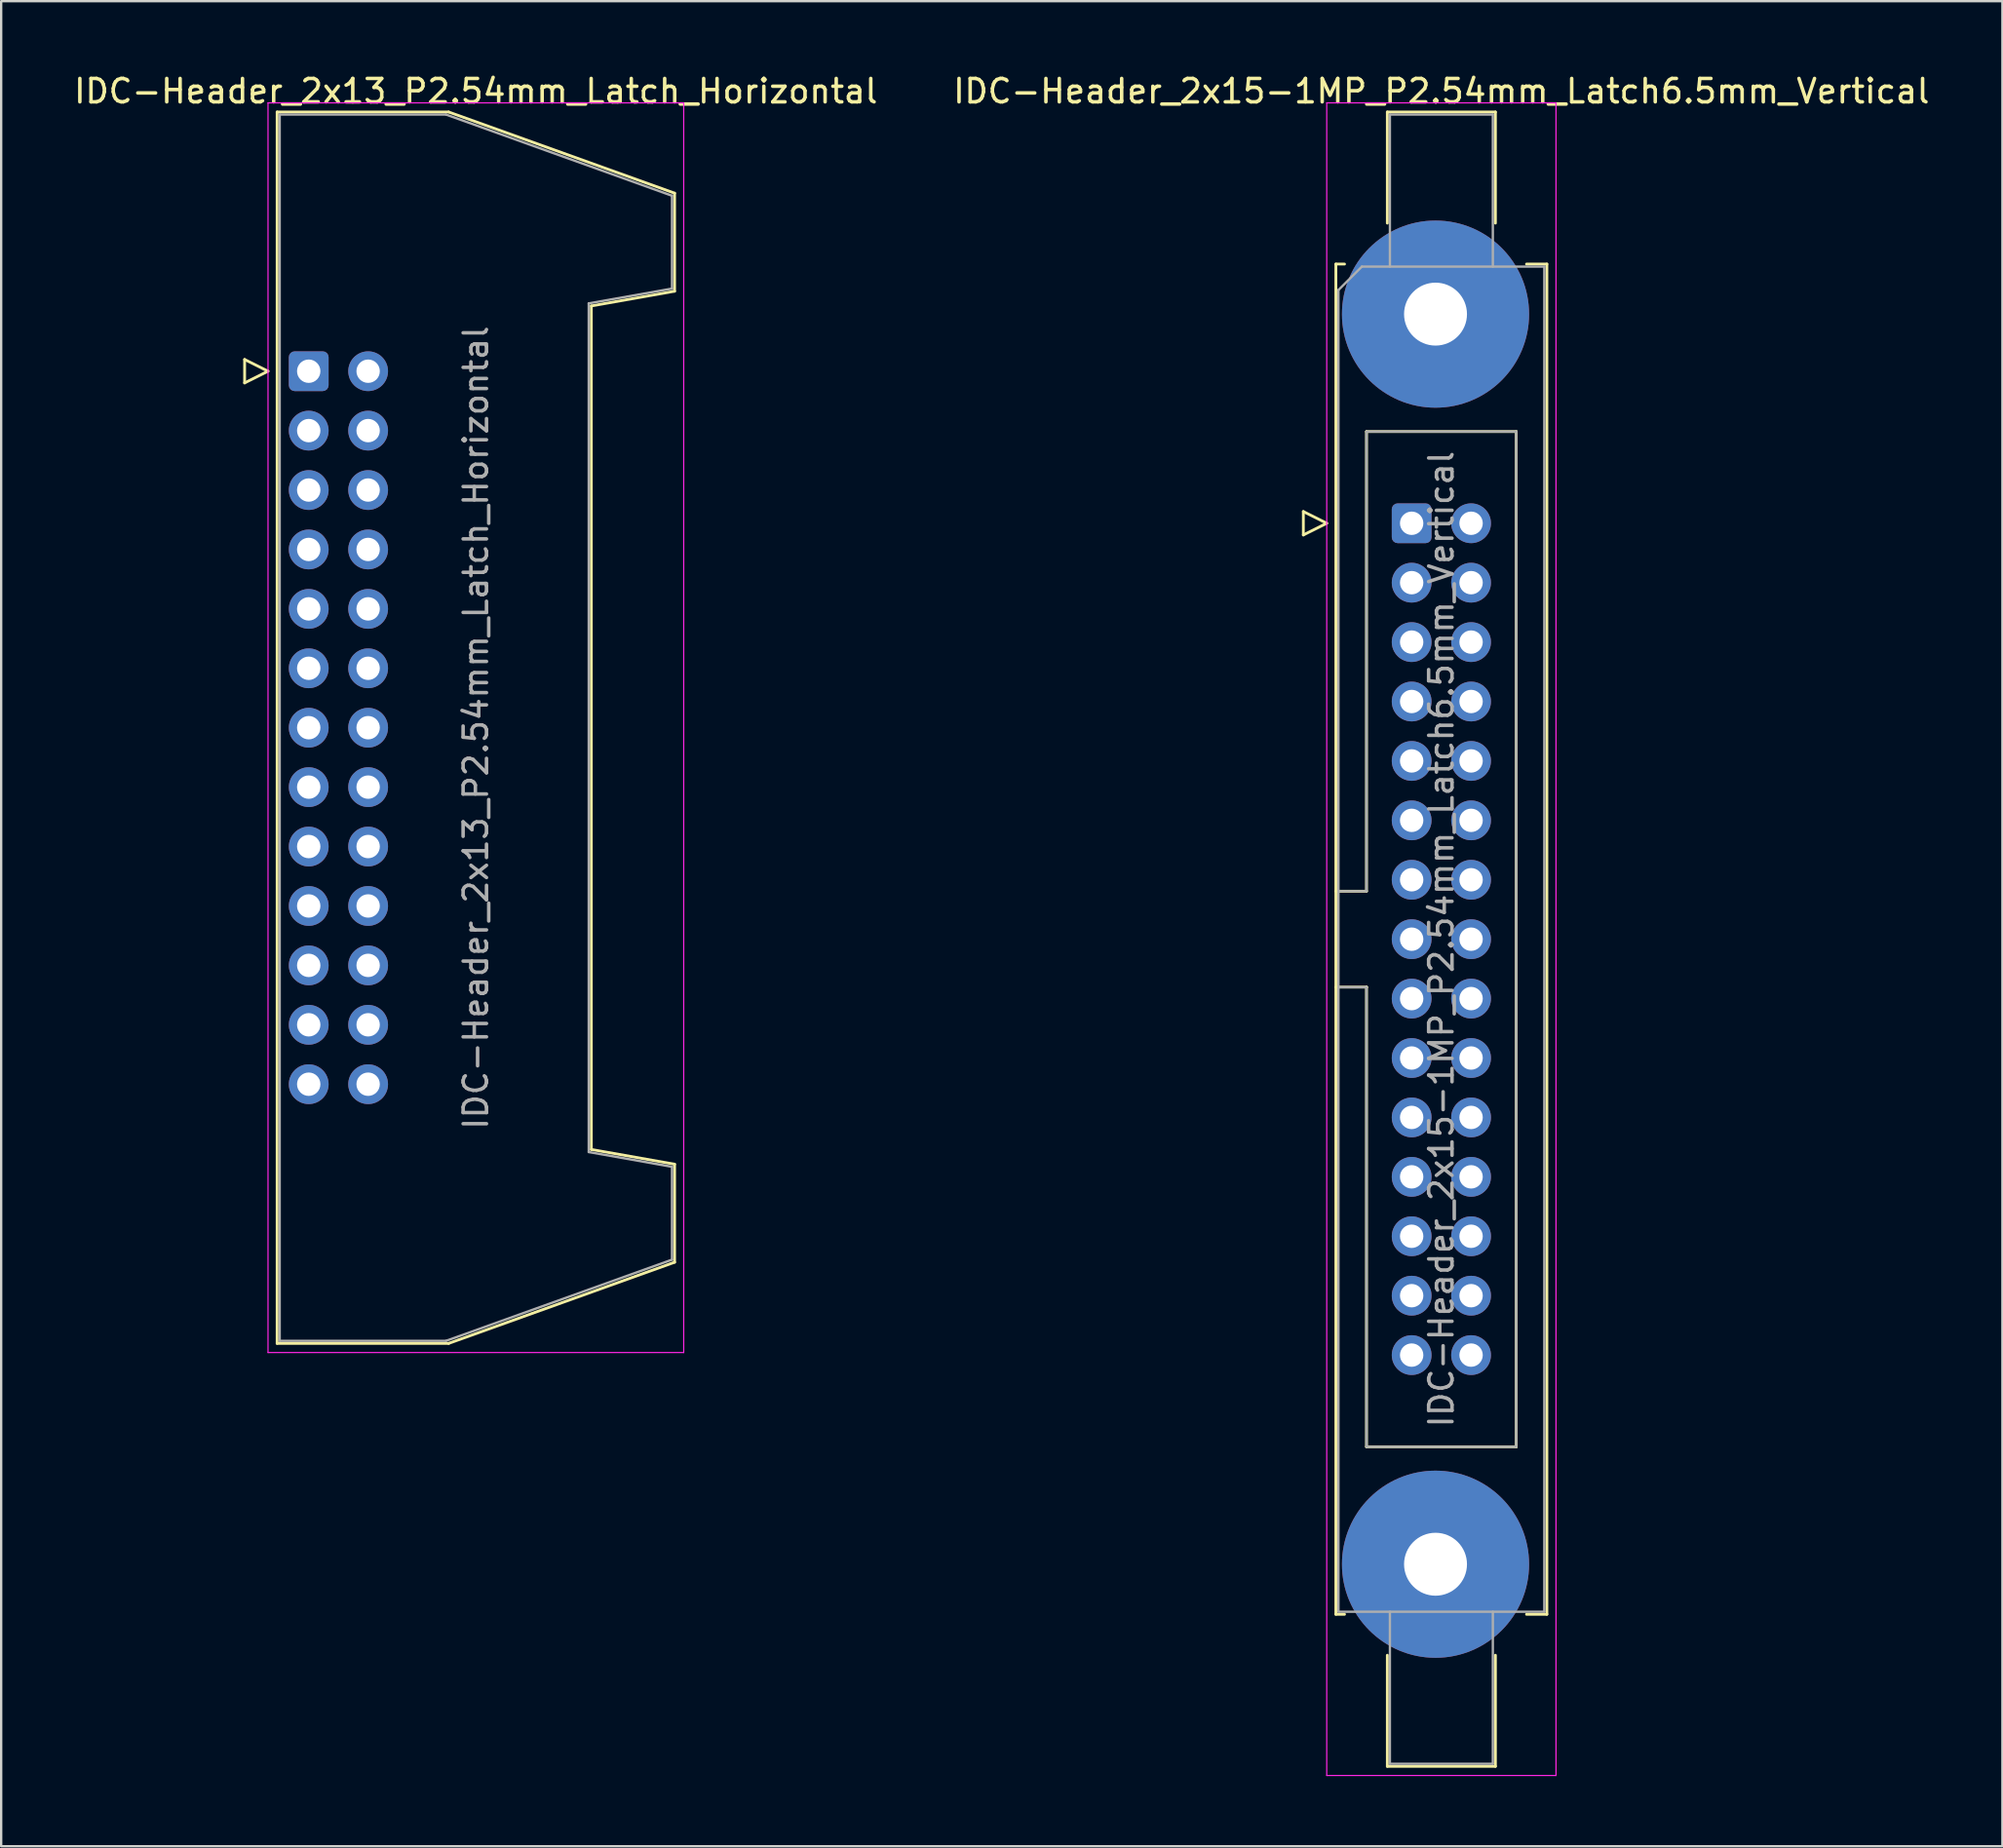
<source format=kicad_pcb>
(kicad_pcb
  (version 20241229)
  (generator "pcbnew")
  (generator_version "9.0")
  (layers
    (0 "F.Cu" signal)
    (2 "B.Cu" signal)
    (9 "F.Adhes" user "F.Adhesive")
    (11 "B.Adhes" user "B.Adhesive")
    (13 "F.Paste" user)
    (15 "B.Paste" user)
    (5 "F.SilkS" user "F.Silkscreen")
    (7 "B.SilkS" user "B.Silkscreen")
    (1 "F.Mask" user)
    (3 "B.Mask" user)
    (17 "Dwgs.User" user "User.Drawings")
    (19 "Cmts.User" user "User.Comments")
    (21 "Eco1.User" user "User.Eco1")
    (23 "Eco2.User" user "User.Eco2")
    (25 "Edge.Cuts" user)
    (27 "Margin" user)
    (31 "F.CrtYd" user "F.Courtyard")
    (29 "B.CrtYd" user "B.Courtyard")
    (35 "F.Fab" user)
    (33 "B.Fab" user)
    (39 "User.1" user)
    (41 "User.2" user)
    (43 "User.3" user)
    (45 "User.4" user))
  (footprint "IDC-Header_2x15-1MP_P2.54mm_Latch6.5mm_Vertical"
    (layer "F.Cu")
    (at 57.295 19.318)
    (property "Reference" "IDC-Header_2x15-1MP_P2.54mm_Latch6.5mm_Vertical" (at 1.27 -18.47 0) (layer "F.SilkS") (effects (font (size 1 1) (thickness 0.15))))
    (attr through_hole)
    (fp_line (start -4.63 -0.5) (end -4.63 0.5) (stroke (width 0.12) (type solid)) (layer "F.SilkS"))
    (fp_line (start -4.63 0.5) (end -3.63 0) (stroke (width 0.12) (type solid)) (layer "F.SilkS"))
    (fp_line (start -3.63 0) (end -4.63 -0.5) (stroke (width 0.12) (type solid)) (layer "F.SilkS"))
    (fp_line (start -3.24 -11.08) (end -3.24 46.64) (stroke (width 0.12) (type solid)) (layer "F.SilkS"))
    (fp_line (start -3.24 15.73) (end -1.93 15.73) (stroke (width 0.12) (type solid)) (layer "F.SilkS"))
    (fp_line (start -3.24 46.64) (end -2.87 46.64) (stroke (width 0.12) (type solid)) (layer "F.SilkS"))
    (fp_line (start -2.87 -11.08) (end -3.24 -11.08) (stroke (width 0.12) (type solid)) (layer "F.SilkS"))
    (fp_line (start -1.93 -3.92) (end 4.47 -3.92) (stroke (width 0.12) (type solid)) (layer "F.SilkS"))
    (fp_line (start -1.93 15.73) (end -1.93 -3.92) (stroke (width 0.12) (type solid)) (layer "F.SilkS"))
    (fp_line (start -1.93 19.83) (end -3.24 19.83) (stroke (width 0.12) (type solid)) (layer "F.SilkS"))
    (fp_line (start -1.93 19.83) (end -1.93 19.83) (stroke (width 0.12) (type solid)) (layer "F.SilkS"))
    (fp_line (start -1.93 39.48) (end -1.93 19.83) (stroke (width 0.12) (type solid)) (layer "F.SilkS"))
    (fp_line (start -1.04 -17.58) (end 3.58 -17.58) (stroke (width 0.12) (type solid)) (layer "F.SilkS"))
    (fp_line (start -1.04 -12.83) (end -1.04 -17.58) (stroke (width 0.12) (type solid)) (layer "F.SilkS"))
    (fp_line (start -1.04 48.39) (end -1.04 53.14) (stroke (width 0.12) (type solid)) (layer "F.SilkS"))
    (fp_line (start -1.04 53.14) (end 3.58 53.14) (stroke (width 0.12) (type solid)) (layer "F.SilkS"))
    (fp_line (start 3.58 -17.58) (end 3.58 -12.83) (stroke (width 0.12) (type solid)) (layer "F.SilkS"))
    (fp_line (start 3.58 53.14) (end 3.58 48.39) (stroke (width 0.12) (type solid)) (layer "F.SilkS"))
    (fp_line (start 4.47 -3.92) (end 4.47 39.48) (stroke (width 0.12) (type solid)) (layer "F.SilkS"))
    (fp_line (start 4.47 39.48) (end -1.93 39.48) (stroke (width 0.12) (type solid)) (layer "F.SilkS"))
    (fp_line (start 4.91 -11.08) (end 5.78 -11.08) (stroke (width 0.12) (type solid)) (layer "F.SilkS"))
    (fp_line (start 5.78 -11.08) (end 5.78 46.64) (stroke (width 0.12) (type solid)) (layer "F.SilkS"))
    (fp_line (start 5.78 46.64) (end 4.91 46.64) (stroke (width 0.12) (type solid)) (layer "F.SilkS"))
    (fp_line (start -3.63 -17.97) (end -3.63 53.53) (stroke (width 0.05) (type solid)) (layer "F.CrtYd"))
    (fp_line (start -3.63 53.53) (end 6.17 53.53) (stroke (width 0.05) (type solid)) (layer "F.CrtYd"))
    (fp_line (start 6.17 -17.97) (end -3.63 -17.97) (stroke (width 0.05) (type solid)) (layer "F.CrtYd"))
    (fp_line (start 6.17 53.53) (end 6.17 -17.97) (stroke (width 0.05) (type solid)) (layer "F.CrtYd"))
    (fp_line (start -3.13 -9.97) (end -2.13 -10.97) (stroke (width 0.1) (type solid)) (layer "F.Fab"))
    (fp_line (start -3.13 15.73) (end -1.93 15.73) (stroke (width 0.1) (type solid)) (layer "F.Fab"))
    (fp_line (start -3.13 46.53) (end -3.13 -9.97) (stroke (width 0.1) (type solid)) (layer "F.Fab"))
    (fp_line (start -2.13 -10.97) (end 5.67 -10.97) (stroke (width 0.1) (type solid)) (layer "F.Fab"))
    (fp_line (start -1.93 -3.92) (end 4.47 -3.92) (stroke (width 0.1) (type solid)) (layer "F.Fab"))
    (fp_line (start -1.93 15.73) (end -1.93 -3.92) (stroke (width 0.1) (type solid)) (layer "F.Fab"))
    (fp_line (start -1.93 19.83) (end -3.13 19.83) (stroke (width 0.1) (type solid)) (layer "F.Fab"))
    (fp_line (start -1.93 19.83) (end -1.93 19.83) (stroke (width 0.1) (type solid)) (layer "F.Fab"))
    (fp_line (start -1.93 39.48) (end -1.93 19.83) (stroke (width 0.1) (type solid)) (layer "F.Fab"))
    (fp_line (start -0.93 -17.47) (end 3.47 -17.47) (stroke (width 0.1) (type solid)) (layer "F.Fab"))
    (fp_line (start -0.93 -10.97) (end -0.93 -17.47) (stroke (width 0.1) (type solid)) (layer "F.Fab"))
    (fp_line (start -0.93 46.53) (end -0.93 53.03) (stroke (width 0.1) (type solid)) (layer "F.Fab"))
    (fp_line (start -0.93 53.03) (end 3.47 53.03) (stroke (width 0.1) (type solid)) (layer "F.Fab"))
    (fp_line (start 3.47 -17.47) (end 3.47 -10.97) (stroke (width 0.1) (type solid)) (layer "F.Fab"))
    (fp_line (start 3.47 53.03) (end 3.47 46.53) (stroke (width 0.1) (type solid)) (layer "F.Fab"))
    (fp_line (start 4.47 -3.92) (end 4.47 39.48) (stroke (width 0.1) (type solid)) (layer "F.Fab"))
    (fp_line (start 4.47 39.48) (end -1.93 39.48) (stroke (width 0.1) (type solid)) (layer "F.Fab"))
    (fp_line (start 5.67 -10.97) (end 5.67 46.53) (stroke (width 0.1) (type solid)) (layer "F.Fab"))
    (fp_line (start 5.67 46.53) (end -3.13 46.53) (stroke (width 0.1) (type solid)) (layer "F.Fab"))
    (fp_text user "${REFERENCE}" (at 1.27 17.78 90) (layer "F.Fab") (effects (font (size 1 1) (thickness 0.15))))
    (pad "1" thru_hole roundrect (at 0 0) (size 1.7 1.7) (drill 1) (layers "*.Cu" "*.Mask") (roundrect_rratio 0.147))
    (pad "2" thru_hole circle (at 2.54 0) (size 1.7 1.7) (drill 1) (layers "*.Cu" "*.Mask"))
    (pad "3" thru_hole circle (at 0 2.54) (size 1.7 1.7) (drill 1) (layers "*.Cu" "*.Mask"))
    (pad "4" thru_hole circle (at 2.54 2.54) (size 1.7 1.7) (drill 1) (layers "*.Cu" "*.Mask"))
    (pad "5" thru_hole circle (at 0 5.08) (size 1.7 1.7) (drill 1) (layers "*.Cu" "*.Mask"))
    (pad "6" thru_hole circle (at 2.54 5.08) (size 1.7 1.7) (drill 1) (layers "*.Cu" "*.Mask"))
    (pad "7" thru_hole circle (at 0 7.62) (size 1.7 1.7) (drill 1) (layers "*.Cu" "*.Mask"))
    (pad "8" thru_hole circle (at 2.54 7.62) (size 1.7 1.7) (drill 1) (layers "*.Cu" "*.Mask"))
    (pad "9" thru_hole circle (at 0 10.16) (size 1.7 1.7) (drill 1) (layers "*.Cu" "*.Mask"))
    (pad "10" thru_hole circle (at 2.54 10.16) (size 1.7 1.7) (drill 1) (layers "*.Cu" "*.Mask"))
    (pad "11" thru_hole circle (at 0 12.7) (size 1.7 1.7) (drill 1) (layers "*.Cu" "*.Mask"))
    (pad "12" thru_hole circle (at 2.54 12.7) (size 1.7 1.7) (drill 1) (layers "*.Cu" "*.Mask"))
    (pad "13" thru_hole circle (at 0 15.24) (size 1.7 1.7) (drill 1) (layers "*.Cu" "*.Mask"))
    (pad "14" thru_hole circle (at 2.54 15.24) (size 1.7 1.7) (drill 1) (layers "*.Cu" "*.Mask"))
    (pad "15" thru_hole circle (at 0 17.78) (size 1.7 1.7) (drill 1) (layers "*.Cu" "*.Mask"))
    (pad "16" thru_hole circle (at 2.54 17.78) (size 1.7 1.7) (drill 1) (layers "*.Cu" "*.Mask"))
    (pad "17" thru_hole circle (at 0 20.32) (size 1.7 1.7) (drill 1) (layers "*.Cu" "*.Mask"))
    (pad "18" thru_hole circle (at 2.54 20.32) (size 1.7 1.7) (drill 1) (layers "*.Cu" "*.Mask"))
    (pad "19" thru_hole circle (at 0 22.86) (size 1.7 1.7) (drill 1) (layers "*.Cu" "*.Mask"))
    (pad "20" thru_hole circle (at 2.54 22.86) (size 1.7 1.7) (drill 1) (layers "*.Cu" "*.Mask"))
    (pad "21" thru_hole circle (at 0 25.4) (size 1.7 1.7) (drill 1) (layers "*.Cu" "*.Mask"))
    (pad "22" thru_hole circle (at 2.54 25.4) (size 1.7 1.7) (drill 1) (layers "*.Cu" "*.Mask"))
    (pad "23" thru_hole circle (at 0 27.94) (size 1.7 1.7) (drill 1) (layers "*.Cu" "*.Mask"))
    (pad "24" thru_hole circle (at 2.54 27.94) (size 1.7 1.7) (drill 1) (layers "*.Cu" "*.Mask"))
    (pad "25" thru_hole circle (at 0 30.48) (size 1.7 1.7) (drill 1) (layers "*.Cu" "*.Mask"))
    (pad "26" thru_hole circle (at 2.54 30.48) (size 1.7 1.7) (drill 1) (layers "*.Cu" "*.Mask"))
    (pad "27" thru_hole circle (at 0 33.02) (size 1.7 1.7) (drill 1) (layers "*.Cu" "*.Mask"))
    (pad "28" thru_hole circle (at 2.54 33.02) (size 1.7 1.7) (drill 1) (layers "*.Cu" "*.Mask"))
    (pad "29" thru_hole circle (at 0 35.56) (size 1.7 1.7) (drill 1) (layers "*.Cu" "*.Mask"))
    (pad "30" thru_hole circle (at 2.54 35.56) (size 1.7 1.7) (drill 1) (layers "*.Cu" "*.Mask"))
    (pad "MP" thru_hole circle (at 1.02 -8.94) (size 8 8) (drill 2.69) (layers "*.Cu" "*.Mask"))
    (pad "MP" thru_hole circle (at 1.02 44.5) (size 8 8) (drill 2.69) (layers "*.Cu" "*.Mask")))
  (footprint "IDC-Header_2x13_P2.54mm_Latch_Horizontal"
    (layer "F.Cu")
    (at 10.147 12.818)
    (property "Reference" "IDC-Header_2x13_P2.54mm_Latch_Horizontal" (at 7.145 -11.97 0) (layer "F.SilkS") (effects (font (size 1 1) (thickness 0.15))))
    (attr through_hole)
    (fp_line (start -2.74 -0.5) (end -2.74 0.5) (stroke (width 0.12) (type solid)) (layer "F.SilkS"))
    (fp_line (start -2.74 0.5) (end -1.74 0) (stroke (width 0.12) (type solid)) (layer "F.SilkS"))
    (fp_line (start -1.74 0) (end -2.74 -0.5) (stroke (width 0.12) (type solid)) (layer "F.SilkS"))
    (fp_line (start -1.35 -11.08) (end 5.98 -11.08) (stroke (width 0.12) (type solid)) (layer "F.SilkS"))
    (fp_line (start -1.35 41.56) (end -1.35 -11.08) (stroke (width 0.12) (type solid)) (layer "F.SilkS"))
    (fp_line (start 5.98 -11.08) (end 15.64 -7.61) (stroke (width 0.12) (type solid)) (layer "F.SilkS"))
    (fp_line (start 5.98 41.56) (end -1.35 41.56) (stroke (width 0.12) (type solid)) (layer "F.SilkS"))
    (fp_line (start 12.08 -2.79) (end 12.08 33.27) (stroke (width 0.12) (type solid)) (layer "F.SilkS"))
    (fp_line (start 12.08 33.27) (end 15.64 33.9) (stroke (width 0.12) (type solid)) (layer "F.SilkS"))
    (fp_line (start 15.64 -7.61) (end 15.64 -3.42) (stroke (width 0.12) (type solid)) (layer "F.SilkS"))
    (fp_line (start 15.64 -3.42) (end 12.08 -2.79) (stroke (width 0.12) (type solid)) (layer "F.SilkS"))
    (fp_line (start 15.64 33.9) (end 15.64 38.09) (stroke (width 0.12) (type solid)) (layer "F.SilkS"))
    (fp_line (start 15.64 38.09) (end 5.98 41.56) (stroke (width 0.12) (type solid)) (layer "F.SilkS"))
    (fp_line (start -1.74 -11.47) (end -1.74 41.95) (stroke (width 0.05) (type solid)) (layer "F.CrtYd"))
    (fp_line (start -1.74 41.95) (end 16.03 41.95) (stroke (width 0.05) (type solid)) (layer "F.CrtYd"))
    (fp_line (start 16.03 -11.47) (end -1.74 -11.47) (stroke (width 0.05) (type solid)) (layer "F.CrtYd"))
    (fp_line (start 16.03 41.95) (end 16.03 -11.47) (stroke (width 0.05) (type solid)) (layer "F.CrtYd"))
    (fp_line (start -1.24 -10.97) (end 5.87 -10.97) (stroke (width 0.1) (type solid)) (layer "F.Fab"))
    (fp_line (start -1.24 41.45) (end -1.24 -10.97) (stroke (width 0.1) (type solid)) (layer "F.Fab"))
    (fp_line (start 5.87 -10.97) (end 15.53 -7.5) (stroke (width 0.1) (type solid)) (layer "F.Fab"))
    (fp_line (start 5.87 41.45) (end -1.24 41.45) (stroke (width 0.1) (type solid)) (layer "F.Fab"))
    (fp_line (start 11.97 -2.9) (end 11.97 33.38) (stroke (width 0.1) (type solid)) (layer "F.Fab"))
    (fp_line (start 11.97 33.38) (end 15.53 34.01) (stroke (width 0.1) (type solid)) (layer "F.Fab"))
    (fp_line (start 15.53 -7.5) (end 15.53 -3.53) (stroke (width 0.1) (type solid)) (layer "F.Fab"))
    (fp_line (start 15.53 -3.53) (end 11.97 -2.9) (stroke (width 0.1) (type solid)) (layer "F.Fab"))
    (fp_line (start 15.53 34.01) (end 15.53 37.98) (stroke (width 0.1) (type solid)) (layer "F.Fab"))
    (fp_line (start 15.53 37.98) (end 5.87 41.45) (stroke (width 0.1) (type solid)) (layer "F.Fab"))
    (fp_text user "${REFERENCE}" (at 7.145 15.24 90) (layer "F.Fab") (effects (font (size 1 1) (thickness 0.15))))
    (pad "1" thru_hole roundrect (at 0 0) (size 1.7 1.7) (drill 1) (layers "*.Cu" "*.Mask") (roundrect_rratio 0.147))
    (pad "2" thru_hole circle (at 2.54 0) (size 1.7 1.7) (drill 1) (layers "*.Cu" "*.Mask"))
    (pad "3" thru_hole circle (at 0 2.54) (size 1.7 1.7) (drill 1) (layers "*.Cu" "*.Mask"))
    (pad "4" thru_hole circle (at 2.54 2.54) (size 1.7 1.7) (drill 1) (layers "*.Cu" "*.Mask"))
    (pad "5" thru_hole circle (at 0 5.08) (size 1.7 1.7) (drill 1) (layers "*.Cu" "*.Mask"))
    (pad "6" thru_hole circle (at 2.54 5.08) (size 1.7 1.7) (drill 1) (layers "*.Cu" "*.Mask"))
    (pad "7" thru_hole circle (at 0 7.62) (size 1.7 1.7) (drill 1) (layers "*.Cu" "*.Mask"))
    (pad "8" thru_hole circle (at 2.54 7.62) (size 1.7 1.7) (drill 1) (layers "*.Cu" "*.Mask"))
    (pad "9" thru_hole circle (at 0 10.16) (size 1.7 1.7) (drill 1) (layers "*.Cu" "*.Mask"))
    (pad "10" thru_hole circle (at 2.54 10.16) (size 1.7 1.7) (drill 1) (layers "*.Cu" "*.Mask"))
    (pad "11" thru_hole circle (at 0 12.7) (size 1.7 1.7) (drill 1) (layers "*.Cu" "*.Mask"))
    (pad "12" thru_hole circle (at 2.54 12.7) (size 1.7 1.7) (drill 1) (layers "*.Cu" "*.Mask"))
    (pad "13" thru_hole circle (at 0 15.24) (size 1.7 1.7) (drill 1) (layers "*.Cu" "*.Mask"))
    (pad "14" thru_hole circle (at 2.54 15.24) (size 1.7 1.7) (drill 1) (layers "*.Cu" "*.Mask"))
    (pad "15" thru_hole circle (at 0 17.78) (size 1.7 1.7) (drill 1) (layers "*.Cu" "*.Mask"))
    (pad "16" thru_hole circle (at 2.54 17.78) (size 1.7 1.7) (drill 1) (layers "*.Cu" "*.Mask"))
    (pad "17" thru_hole circle (at 0 20.32) (size 1.7 1.7) (drill 1) (layers "*.Cu" "*.Mask"))
    (pad "18" thru_hole circle (at 2.54 20.32) (size 1.7 1.7) (drill 1) (layers "*.Cu" "*.Mask"))
    (pad "19" thru_hole circle (at 0 22.86) (size 1.7 1.7) (drill 1) (layers "*.Cu" "*.Mask"))
    (pad "20" thru_hole circle (at 2.54 22.86) (size 1.7 1.7) (drill 1) (layers "*.Cu" "*.Mask"))
    (pad "21" thru_hole circle (at 0 25.4) (size 1.7 1.7) (drill 1) (layers "*.Cu" "*.Mask"))
    (pad "22" thru_hole circle (at 2.54 25.4) (size 1.7 1.7) (drill 1) (layers "*.Cu" "*.Mask"))
    (pad "23" thru_hole circle (at 0 27.94) (size 1.7 1.7) (drill 1) (layers "*.Cu" "*.Mask"))
    (pad "24" thru_hole circle (at 2.54 27.94) (size 1.7 1.7) (drill 1) (layers "*.Cu" "*.Mask"))
    (pad "25" thru_hole circle (at 0 30.48) (size 1.7 1.7) (drill 1) (layers "*.Cu" "*.Mask"))
    (pad "26" thru_hole circle (at 2.54 30.48) (size 1.7 1.7) (drill 1) (layers "*.Cu" "*.Mask")))
  (gr_rect
    (start -3 -3)
    (end 82.548 75.873)
    (stroke (width 0.1) (type default))
    (fill no)
    (layer "Edge.Cuts")))
</source>
